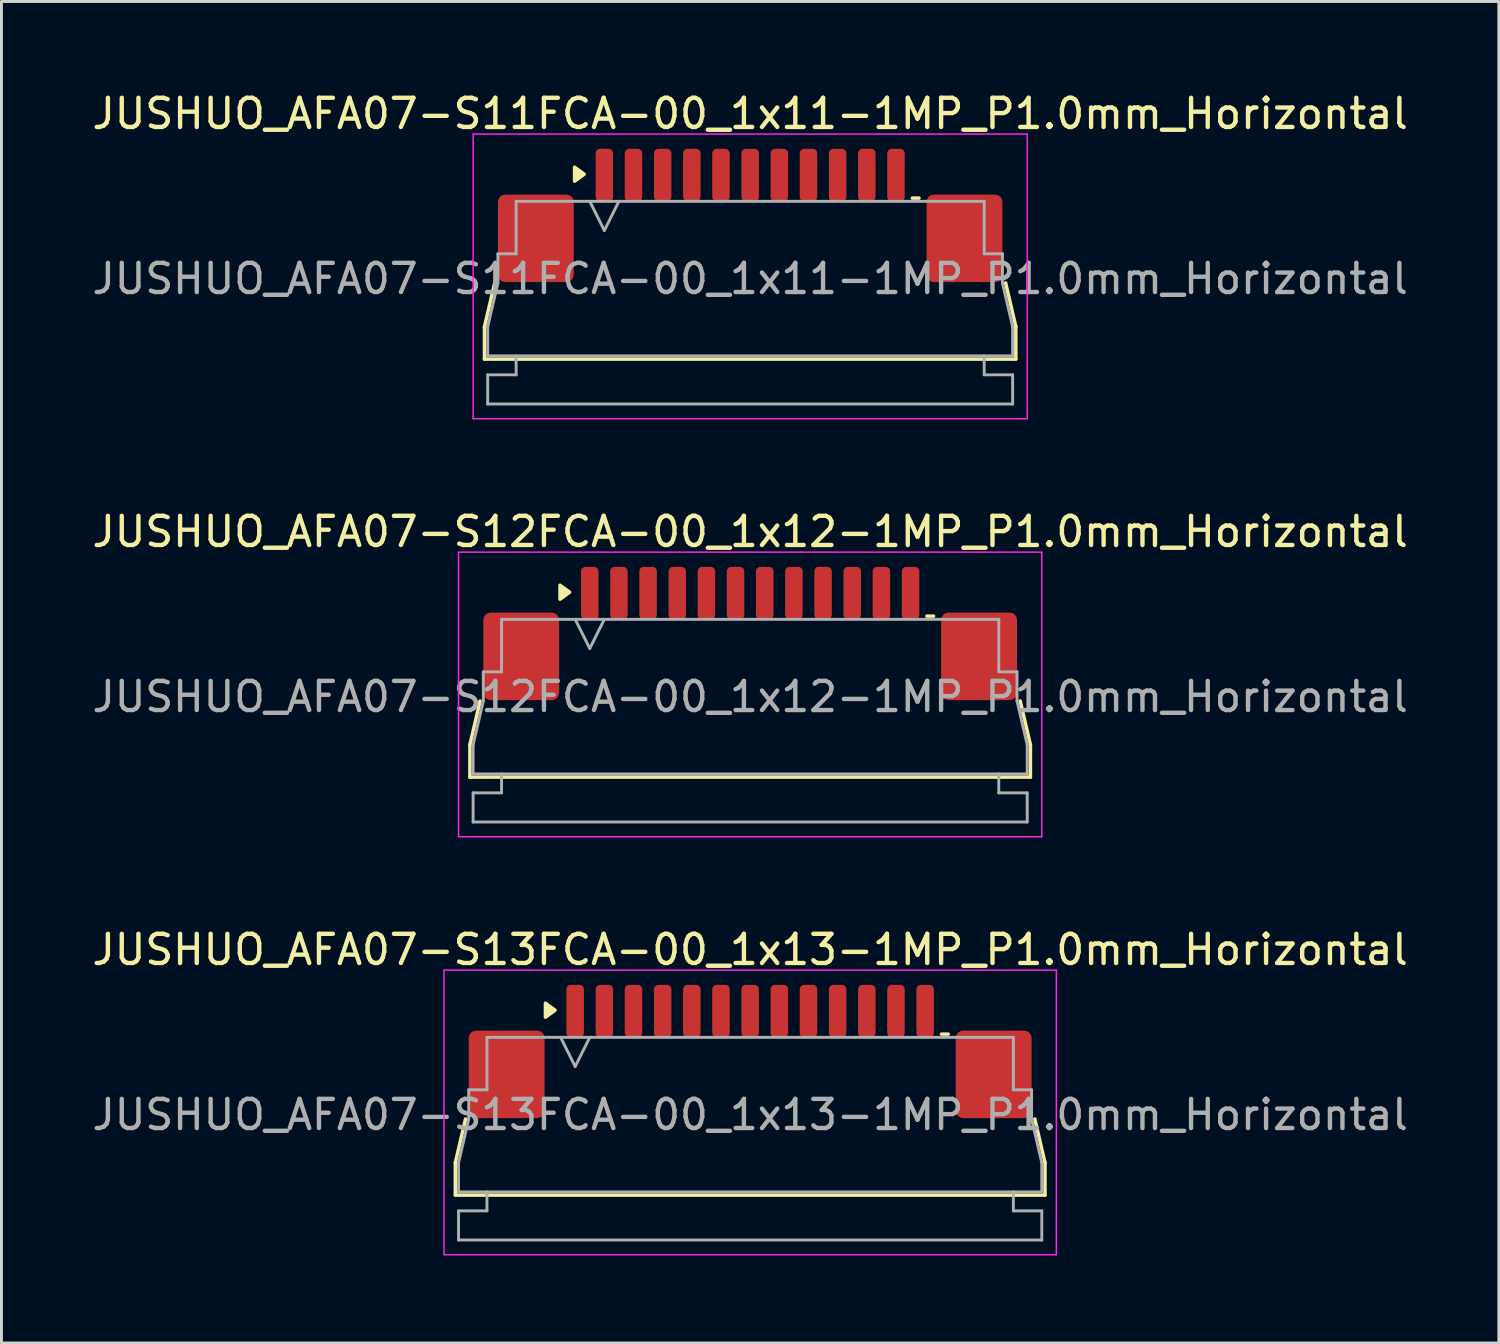
<source format=kicad_pcb>
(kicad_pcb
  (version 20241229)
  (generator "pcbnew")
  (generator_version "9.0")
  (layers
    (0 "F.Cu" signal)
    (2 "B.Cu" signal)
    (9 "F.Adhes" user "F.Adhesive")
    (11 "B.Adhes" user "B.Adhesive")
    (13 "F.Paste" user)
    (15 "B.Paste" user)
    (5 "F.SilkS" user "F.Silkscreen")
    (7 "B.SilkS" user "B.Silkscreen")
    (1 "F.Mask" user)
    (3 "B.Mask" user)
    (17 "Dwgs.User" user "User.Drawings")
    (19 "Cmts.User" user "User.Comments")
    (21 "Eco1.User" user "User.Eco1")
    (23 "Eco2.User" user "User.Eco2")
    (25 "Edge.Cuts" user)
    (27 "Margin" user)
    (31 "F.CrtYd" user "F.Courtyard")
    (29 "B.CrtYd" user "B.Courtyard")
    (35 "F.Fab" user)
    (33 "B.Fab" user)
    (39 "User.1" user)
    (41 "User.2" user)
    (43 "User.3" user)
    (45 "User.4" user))
  (footprint "JUSHUO_AFA07-S11FCA-00_1x11-1MP_P1.0mm_Horizontal"
    (layer "F.Cu")
    (at 22.673 6.328)
    (property "Reference" "JUSHUO_AFA07-S11FCA-00_1x11-1MP_P1.0mm_Horizontal" (at 0 -5.48 0) (layer "F.SilkS") (effects (font (size 1 1) (thickness 0.15))))
    (attr smd)
    (fp_line (start -9.11 1.825) (end -8.76 0.325) (stroke (width 0.12) (type solid)) (layer "F.SilkS"))
    (fp_line (start -9.11 2.935) (end -9.11 1.825) (stroke (width 0.12) (type solid)) (layer "F.SilkS"))
    (fp_line (start 5.56 -2.585) (end 5.79 -2.585) (stroke (width 0.12) (type solid)) (layer "F.SilkS"))
    (fp_line (start 8.76 0.325) (end 9.11 1.825) (stroke (width 0.12) (type solid)) (layer "F.SilkS"))
    (fp_line (start 9.11 1.825) (end 9.11 2.935) (stroke (width 0.12) (type solid)) (layer "F.SilkS"))
    (fp_line (start 9.11 2.935) (end -9.11 2.935) (stroke (width 0.12) (type solid)) (layer "F.SilkS"))
    (fp_poly (pts (xy -5.69 -3.405) (xy -6.02 -3.165) (xy -6.02 -3.645)) (stroke (width 0.12) (type solid)) (fill yes) (layer "F.SilkS"))
    (fp_line (start -9.5 -4.78) (end -9.5 4.98) (stroke (width 0.05) (type solid)) (layer "F.CrtYd"))
    (fp_line (start -9.5 4.98) (end 9.5 4.98) (stroke (width 0.05) (type solid)) (layer "F.CrtYd"))
    (fp_line (start 9.5 -4.78) (end -9.5 -4.78) (stroke (width 0.05) (type solid)) (layer "F.CrtYd"))
    (fp_line (start 9.5 4.98) (end 9.5 -4.78) (stroke (width 0.05) (type solid)) (layer "F.CrtYd"))
    (fp_line (start -9 1.825) (end -8.65 0.325) (stroke (width 0.1) (type solid)) (layer "F.Fab"))
    (fp_line (start -9 2.825) (end -9 1.825) (stroke (width 0.1) (type solid)) (layer "F.Fab"))
    (fp_line (start -9 3.475) (end -8.025 3.475) (stroke (width 0.1) (type solid)) (layer "F.Fab"))
    (fp_line (start -9 4.475) (end -9 3.475) (stroke (width 0.1) (type solid)) (layer "F.Fab"))
    (fp_line (start -8.65 -0.675) (end -8.025 -0.675) (stroke (width 0.1) (type solid)) (layer "F.Fab"))
    (fp_line (start -8.65 0.325) (end -8.65 -0.675) (stroke (width 0.1) (type solid)) (layer "F.Fab"))
    (fp_line (start -8.025 -2.475) (end 8.025 -2.475) (stroke (width 0.1) (type solid)) (layer "F.Fab"))
    (fp_line (start -8.025 -0.675) (end -8.025 -2.475) (stroke (width 0.1) (type solid)) (layer "F.Fab"))
    (fp_line (start -8.025 3.475) (end -8.025 2.825) (stroke (width 0.1) (type solid)) (layer "F.Fab"))
    (fp_line (start -5.5 -2.475) (end -5 -1.475) (stroke (width 0.1) (type solid)) (layer "F.Fab"))
    (fp_line (start -5 -1.475) (end -4.5 -2.475) (stroke (width 0.1) (type solid)) (layer "F.Fab"))
    (fp_line (start 8.025 -2.475) (end 8.025 -0.675) (stroke (width 0.1) (type solid)) (layer "F.Fab"))
    (fp_line (start 8.025 -0.675) (end 8.65 -0.675) (stroke (width 0.1) (type solid)) (layer "F.Fab"))
    (fp_line (start 8.025 2.825) (end 8.025 3.475) (stroke (width 0.1) (type solid)) (layer "F.Fab"))
    (fp_line (start 8.025 3.475) (end 9 3.475) (stroke (width 0.1) (type solid)) (layer "F.Fab"))
    (fp_line (start 8.65 -0.675) (end 8.65 0.325) (stroke (width 0.1) (type solid)) (layer "F.Fab"))
    (fp_line (start 8.65 0.325) (end 9 1.825) (stroke (width 0.1) (type solid)) (layer "F.Fab"))
    (fp_line (start 9 1.825) (end 9 2.825) (stroke (width 0.1) (type solid)) (layer "F.Fab"))
    (fp_line (start 9 2.825) (end -9 2.825) (stroke (width 0.1) (type solid)) (layer "F.Fab"))
    (fp_line (start 9 3.475) (end 9 4.475) (stroke (width 0.1) (type solid)) (layer "F.Fab"))
    (fp_line (start 9 4.475) (end -9 4.475) (stroke (width 0.1) (type solid)) (layer "F.Fab"))
    (fp_text user "${REFERENCE}" (at 0 0.18 0) (layer "F.Fab") (effects (font (size 1 1) (thickness 0.15))))
    (pad "1" smd roundrect (at -5 -3.375) (size 0.6 1.8) (layers "F.Cu" "F.Mask" "F.Paste") (roundrect_rratio 0.25))
    (pad "2" smd roundrect (at -4 -3.375) (size 0.6 1.8) (layers "F.Cu" "F.Mask" "F.Paste") (roundrect_rratio 0.25))
    (pad "3" smd roundrect (at -3 -3.375) (size 0.6 1.8) (layers "F.Cu" "F.Mask" "F.Paste") (roundrect_rratio 0.25))
    (pad "4" smd roundrect (at -2 -3.375) (size 0.6 1.8) (layers "F.Cu" "F.Mask" "F.Paste") (roundrect_rratio 0.25))
    (pad "5" smd roundrect (at -1 -3.375) (size 0.6 1.8) (layers "F.Cu" "F.Mask" "F.Paste") (roundrect_rratio 0.25))
    (pad "6" smd roundrect (at 0 -3.375) (size 0.6 1.8) (layers "F.Cu" "F.Mask" "F.Paste") (roundrect_rratio 0.25))
    (pad "7" smd roundrect (at 1 -3.375) (size 0.6 1.8) (layers "F.Cu" "F.Mask" "F.Paste") (roundrect_rratio 0.25))
    (pad "8" smd roundrect (at 2 -3.375) (size 0.6 1.8) (layers "F.Cu" "F.Mask" "F.Paste") (roundrect_rratio 0.25))
    (pad "9" smd roundrect (at 3 -3.375) (size 0.6 1.8) (layers "F.Cu" "F.Mask" "F.Paste") (roundrect_rratio 0.25))
    (pad "10" smd roundrect (at 4 -3.375) (size 0.6 1.8) (layers "F.Cu" "F.Mask" "F.Paste") (roundrect_rratio 0.25))
    (pad "11" smd roundrect (at 5 -3.375) (size 0.6 1.8) (layers "F.Cu" "F.Mask" "F.Paste") (roundrect_rratio 0.25))
    (pad "MP" smd roundrect (at -7.35 -1.205) (size 2.6 3) (layers "F.Cu" "F.Mask" "F.Paste") (roundrect_rratio 0.096))
    (pad "MP" smd roundrect (at 7.35 -1.205) (size 2.6 3) (layers "F.Cu" "F.Mask" "F.Paste") (roundrect_rratio 0.096)))
  (footprint "JUSHUO_AFA07-S12FCA-00_1x12-1MP_P1.0mm_Horizontal"
    (layer "F.Cu")
    (at 22.673 20.662)
    (property "Reference" "JUSHUO_AFA07-S12FCA-00_1x12-1MP_P1.0mm_Horizontal" (at 0 -5.48 0) (layer "F.SilkS") (effects (font (size 1 1) (thickness 0.15))))
    (attr smd)
    (fp_line (start -9.61 1.825) (end -9.26 0.325) (stroke (width 0.12) (type solid)) (layer "F.SilkS"))
    (fp_line (start -9.61 2.935) (end -9.61 1.825) (stroke (width 0.12) (type solid)) (layer "F.SilkS"))
    (fp_line (start 6.06 -2.585) (end 6.29 -2.585) (stroke (width 0.12) (type solid)) (layer "F.SilkS"))
    (fp_line (start 9.26 0.325) (end 9.61 1.825) (stroke (width 0.12) (type solid)) (layer "F.SilkS"))
    (fp_line (start 9.61 1.825) (end 9.61 2.935) (stroke (width 0.12) (type solid)) (layer "F.SilkS"))
    (fp_line (start 9.61 2.935) (end -9.61 2.935) (stroke (width 0.12) (type solid)) (layer "F.SilkS"))
    (fp_poly (pts (xy -6.19 -3.405) (xy -6.52 -3.165) (xy -6.52 -3.645)) (stroke (width 0.12) (type solid)) (fill yes) (layer "F.SilkS"))
    (fp_line (start -10 -4.78) (end -10 4.98) (stroke (width 0.05) (type solid)) (layer "F.CrtYd"))
    (fp_line (start -10 4.98) (end 10 4.98) (stroke (width 0.05) (type solid)) (layer "F.CrtYd"))
    (fp_line (start 10 -4.78) (end -10 -4.78) (stroke (width 0.05) (type solid)) (layer "F.CrtYd"))
    (fp_line (start 10 4.98) (end 10 -4.78) (stroke (width 0.05) (type solid)) (layer "F.CrtYd"))
    (fp_line (start -9.5 1.825) (end -9.15 0.325) (stroke (width 0.1) (type solid)) (layer "F.Fab"))
    (fp_line (start -9.5 2.825) (end -9.5 1.825) (stroke (width 0.1) (type solid)) (layer "F.Fab"))
    (fp_line (start -9.5 3.475) (end -8.525 3.475) (stroke (width 0.1) (type solid)) (layer "F.Fab"))
    (fp_line (start -9.5 4.475) (end -9.5 3.475) (stroke (width 0.1) (type solid)) (layer "F.Fab"))
    (fp_line (start -9.15 -0.675) (end -8.525 -0.675) (stroke (width 0.1) (type solid)) (layer "F.Fab"))
    (fp_line (start -9.15 0.325) (end -9.15 -0.675) (stroke (width 0.1) (type solid)) (layer "F.Fab"))
    (fp_line (start -8.525 -2.475) (end 8.525 -2.475) (stroke (width 0.1) (type solid)) (layer "F.Fab"))
    (fp_line (start -8.525 -0.675) (end -8.525 -2.475) (stroke (width 0.1) (type solid)) (layer "F.Fab"))
    (fp_line (start -8.525 3.475) (end -8.525 2.825) (stroke (width 0.1) (type solid)) (layer "F.Fab"))
    (fp_line (start -6 -2.475) (end -5.5 -1.475) (stroke (width 0.1) (type solid)) (layer "F.Fab"))
    (fp_line (start -5.5 -1.475) (end -5 -2.475) (stroke (width 0.1) (type solid)) (layer "F.Fab"))
    (fp_line (start 8.525 -2.475) (end 8.525 -0.675) (stroke (width 0.1) (type solid)) (layer "F.Fab"))
    (fp_line (start 8.525 -0.675) (end 9.15 -0.675) (stroke (width 0.1) (type solid)) (layer "F.Fab"))
    (fp_line (start 8.525 2.825) (end 8.525 3.475) (stroke (width 0.1) (type solid)) (layer "F.Fab"))
    (fp_line (start 8.525 3.475) (end 9.5 3.475) (stroke (width 0.1) (type solid)) (layer "F.Fab"))
    (fp_line (start 9.15 -0.675) (end 9.15 0.325) (stroke (width 0.1) (type solid)) (layer "F.Fab"))
    (fp_line (start 9.15 0.325) (end 9.5 1.825) (stroke (width 0.1) (type solid)) (layer "F.Fab"))
    (fp_line (start 9.5 1.825) (end 9.5 2.825) (stroke (width 0.1) (type solid)) (layer "F.Fab"))
    (fp_line (start 9.5 2.825) (end -9.5 2.825) (stroke (width 0.1) (type solid)) (layer "F.Fab"))
    (fp_line (start 9.5 3.475) (end 9.5 4.475) (stroke (width 0.1) (type solid)) (layer "F.Fab"))
    (fp_line (start 9.5 4.475) (end -9.5 4.475) (stroke (width 0.1) (type solid)) (layer "F.Fab"))
    (fp_text user "${REFERENCE}" (at 0 0.18 0) (layer "F.Fab") (effects (font (size 1 1) (thickness 0.15))))
    (pad "1" smd roundrect (at -5.5 -3.375) (size 0.6 1.8) (layers "F.Cu" "F.Mask" "F.Paste") (roundrect_rratio 0.25))
    (pad "2" smd roundrect (at -4.5 -3.375) (size 0.6 1.8) (layers "F.Cu" "F.Mask" "F.Paste") (roundrect_rratio 0.25))
    (pad "3" smd roundrect (at -3.5 -3.375) (size 0.6 1.8) (layers "F.Cu" "F.Mask" "F.Paste") (roundrect_rratio 0.25))
    (pad "4" smd roundrect (at -2.5 -3.375) (size 0.6 1.8) (layers "F.Cu" "F.Mask" "F.Paste") (roundrect_rratio 0.25))
    (pad "5" smd roundrect (at -1.5 -3.375) (size 0.6 1.8) (layers "F.Cu" "F.Mask" "F.Paste") (roundrect_rratio 0.25))
    (pad "6" smd roundrect (at -0.5 -3.375) (size 0.6 1.8) (layers "F.Cu" "F.Mask" "F.Paste") (roundrect_rratio 0.25))
    (pad "7" smd roundrect (at 0.5 -3.375) (size 0.6 1.8) (layers "F.Cu" "F.Mask" "F.Paste") (roundrect_rratio 0.25))
    (pad "8" smd roundrect (at 1.5 -3.375) (size 0.6 1.8) (layers "F.Cu" "F.Mask" "F.Paste") (roundrect_rratio 0.25))
    (pad "9" smd roundrect (at 2.5 -3.375) (size 0.6 1.8) (layers "F.Cu" "F.Mask" "F.Paste") (roundrect_rratio 0.25))
    (pad "10" smd roundrect (at 3.5 -3.375) (size 0.6 1.8) (layers "F.Cu" "F.Mask" "F.Paste") (roundrect_rratio 0.25))
    (pad "11" smd roundrect (at 4.5 -3.375) (size 0.6 1.8) (layers "F.Cu" "F.Mask" "F.Paste") (roundrect_rratio 0.25))
    (pad "12" smd roundrect (at 5.5 -3.375) (size 0.6 1.8) (layers "F.Cu" "F.Mask" "F.Paste") (roundrect_rratio 0.25))
    (pad "MP" smd roundrect (at -7.85 -1.205) (size 2.6 3) (layers "F.Cu" "F.Mask" "F.Paste") (roundrect_rratio 0.096))
    (pad "MP" smd roundrect (at 7.85 -1.205) (size 2.6 3) (layers "F.Cu" "F.Mask" "F.Paste") (roundrect_rratio 0.096)))
  (footprint "JUSHUO_AFA07-S13FCA-00_1x13-1MP_P1.0mm_Horizontal"
    (layer "F.Cu")
    (at 22.673 34.995)
    (property "Reference" "JUSHUO_AFA07-S13FCA-00_1x13-1MP_P1.0mm_Horizontal" (at 0 -5.48 0) (layer "F.SilkS") (effects (font (size 1 1) (thickness 0.15))))
    (attr smd)
    (fp_line (start -10.11 1.825) (end -9.76 0.325) (stroke (width 0.12) (type solid)) (layer "F.SilkS"))
    (fp_line (start -10.11 2.935) (end -10.11 1.825) (stroke (width 0.12) (type solid)) (layer "F.SilkS"))
    (fp_line (start 6.56 -2.585) (end 6.79 -2.585) (stroke (width 0.12) (type solid)) (layer "F.SilkS"))
    (fp_line (start 9.76 0.325) (end 10.11 1.825) (stroke (width 0.12) (type solid)) (layer "F.SilkS"))
    (fp_line (start 10.11 1.825) (end 10.11 2.935) (stroke (width 0.12) (type solid)) (layer "F.SilkS"))
    (fp_line (start 10.11 2.935) (end -10.11 2.935) (stroke (width 0.12) (type solid)) (layer "F.SilkS"))
    (fp_poly (pts (xy -6.69 -3.405) (xy -7.02 -3.165) (xy -7.02 -3.645)) (stroke (width 0.12) (type solid)) (fill yes) (layer "F.SilkS"))
    (fp_line (start -10.5 -4.78) (end -10.5 4.98) (stroke (width 0.05) (type solid)) (layer "F.CrtYd"))
    (fp_line (start -10.5 4.98) (end 10.5 4.98) (stroke (width 0.05) (type solid)) (layer "F.CrtYd"))
    (fp_line (start 10.5 -4.78) (end -10.5 -4.78) (stroke (width 0.05) (type solid)) (layer "F.CrtYd"))
    (fp_line (start 10.5 4.98) (end 10.5 -4.78) (stroke (width 0.05) (type solid)) (layer "F.CrtYd"))
    (fp_line (start -10 1.825) (end -9.65 0.325) (stroke (width 0.1) (type solid)) (layer "F.Fab"))
    (fp_line (start -10 2.825) (end -10 1.825) (stroke (width 0.1) (type solid)) (layer "F.Fab"))
    (fp_line (start -10 3.475) (end -9.025 3.475) (stroke (width 0.1) (type solid)) (layer "F.Fab"))
    (fp_line (start -10 4.475) (end -10 3.475) (stroke (width 0.1) (type solid)) (layer "F.Fab"))
    (fp_line (start -9.65 -0.675) (end -9.025 -0.675) (stroke (width 0.1) (type solid)) (layer "F.Fab"))
    (fp_line (start -9.65 0.325) (end -9.65 -0.675) (stroke (width 0.1) (type solid)) (layer "F.Fab"))
    (fp_line (start -9.025 -2.475) (end 9.025 -2.475) (stroke (width 0.1) (type solid)) (layer "F.Fab"))
    (fp_line (start -9.025 -0.675) (end -9.025 -2.475) (stroke (width 0.1) (type solid)) (layer "F.Fab"))
    (fp_line (start -9.025 3.475) (end -9.025 2.825) (stroke (width 0.1) (type solid)) (layer "F.Fab"))
    (fp_line (start -6.5 -2.475) (end -6 -1.475) (stroke (width 0.1) (type solid)) (layer "F.Fab"))
    (fp_line (start -6 -1.475) (end -5.5 -2.475) (stroke (width 0.1) (type solid)) (layer "F.Fab"))
    (fp_line (start 9.025 -2.475) (end 9.025 -0.675) (stroke (width 0.1) (type solid)) (layer "F.Fab"))
    (fp_line (start 9.025 -0.675) (end 9.65 -0.675) (stroke (width 0.1) (type solid)) (layer "F.Fab"))
    (fp_line (start 9.025 2.825) (end 9.025 3.475) (stroke (width 0.1) (type solid)) (layer "F.Fab"))
    (fp_line (start 9.025 3.475) (end 10 3.475) (stroke (width 0.1) (type solid)) (layer "F.Fab"))
    (fp_line (start 9.65 -0.675) (end 9.65 0.325) (stroke (width 0.1) (type solid)) (layer "F.Fab"))
    (fp_line (start 9.65 0.325) (end 10 1.825) (stroke (width 0.1) (type solid)) (layer "F.Fab"))
    (fp_line (start 10 1.825) (end 10 2.825) (stroke (width 0.1) (type solid)) (layer "F.Fab"))
    (fp_line (start 10 2.825) (end -10 2.825) (stroke (width 0.1) (type solid)) (layer "F.Fab"))
    (fp_line (start 10 3.475) (end 10 4.475) (stroke (width 0.1) (type solid)) (layer "F.Fab"))
    (fp_line (start 10 4.475) (end -10 4.475) (stroke (width 0.1) (type solid)) (layer "F.Fab"))
    (fp_text user "${REFERENCE}" (at 0 0.18 0) (layer "F.Fab") (effects (font (size 1 1) (thickness 0.15))))
    (pad "1" smd roundrect (at -6 -3.375) (size 0.6 1.8) (layers "F.Cu" "F.Mask" "F.Paste") (roundrect_rratio 0.25))
    (pad "2" smd roundrect (at -5 -3.375) (size 0.6 1.8) (layers "F.Cu" "F.Mask" "F.Paste") (roundrect_rratio 0.25))
    (pad "3" smd roundrect (at -4 -3.375) (size 0.6 1.8) (layers "F.Cu" "F.Mask" "F.Paste") (roundrect_rratio 0.25))
    (pad "4" smd roundrect (at -3 -3.375) (size 0.6 1.8) (layers "F.Cu" "F.Mask" "F.Paste") (roundrect_rratio 0.25))
    (pad "5" smd roundrect (at -2 -3.375) (size 0.6 1.8) (layers "F.Cu" "F.Mask" "F.Paste") (roundrect_rratio 0.25))
    (pad "6" smd roundrect (at -1 -3.375) (size 0.6 1.8) (layers "F.Cu" "F.Mask" "F.Paste") (roundrect_rratio 0.25))
    (pad "7" smd roundrect (at 0 -3.375) (size 0.6 1.8) (layers "F.Cu" "F.Mask" "F.Paste") (roundrect_rratio 0.25))
    (pad "8" smd roundrect (at 1 -3.375) (size 0.6 1.8) (layers "F.Cu" "F.Mask" "F.Paste") (roundrect_rratio 0.25))
    (pad "9" smd roundrect (at 2 -3.375) (size 0.6 1.8) (layers "F.Cu" "F.Mask" "F.Paste") (roundrect_rratio 0.25))
    (pad "10" smd roundrect (at 3 -3.375) (size 0.6 1.8) (layers "F.Cu" "F.Mask" "F.Paste") (roundrect_rratio 0.25))
    (pad "11" smd roundrect (at 4 -3.375) (size 0.6 1.8) (layers "F.Cu" "F.Mask" "F.Paste") (roundrect_rratio 0.25))
    (pad "12" smd roundrect (at 5 -3.375) (size 0.6 1.8) (layers "F.Cu" "F.Mask" "F.Paste") (roundrect_rratio 0.25))
    (pad "13" smd roundrect (at 6 -3.375) (size 0.6 1.8) (layers "F.Cu" "F.Mask" "F.Paste") (roundrect_rratio 0.25))
    (pad "MP" smd roundrect (at -8.35 -1.205) (size 2.6 3) (layers "F.Cu" "F.Mask" "F.Paste") (roundrect_rratio 0.096))
    (pad "MP" smd roundrect (at 8.35 -1.205) (size 2.6 3) (layers "F.Cu" "F.Mask" "F.Paste") (roundrect_rratio 0.096)))
  (gr_rect
    (start -3 -3)
    (end 48.345 43)
    (stroke (width 0.1) (type default))
    (fill no)
    (layer "Edge.Cuts")))
</source>
